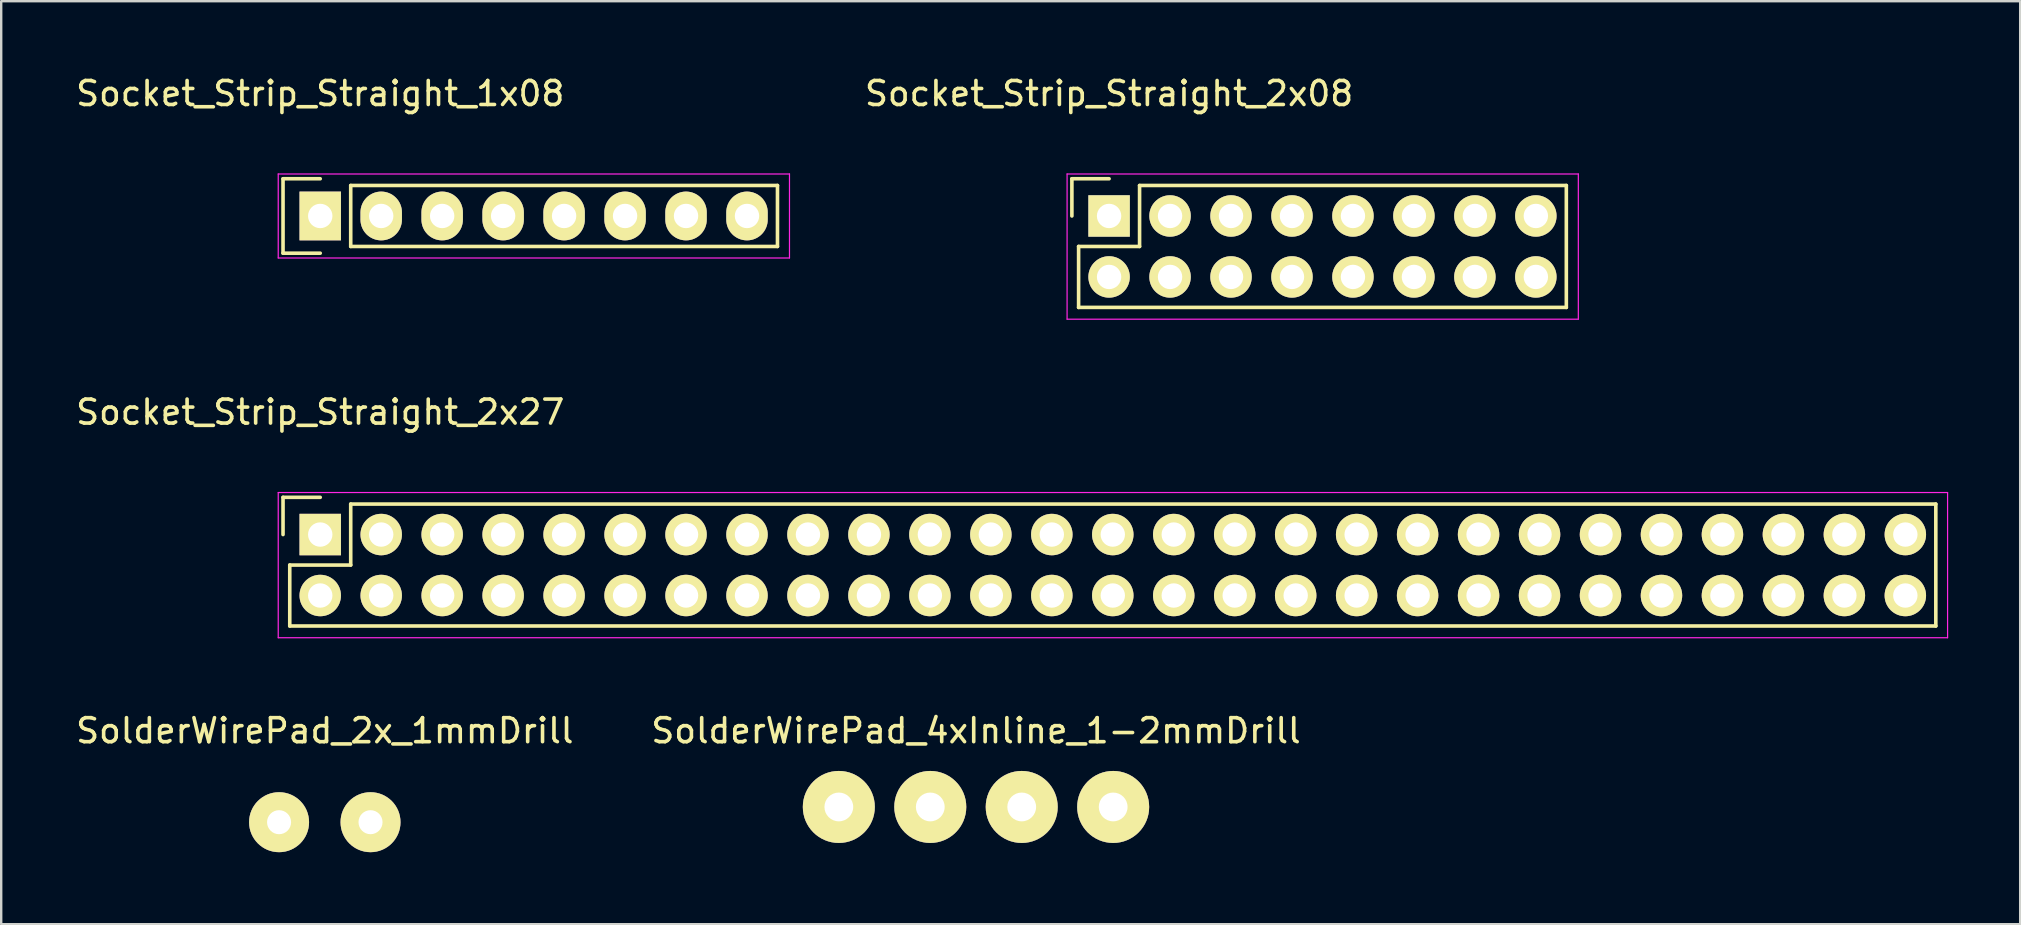
<source format=kicad_pcb>
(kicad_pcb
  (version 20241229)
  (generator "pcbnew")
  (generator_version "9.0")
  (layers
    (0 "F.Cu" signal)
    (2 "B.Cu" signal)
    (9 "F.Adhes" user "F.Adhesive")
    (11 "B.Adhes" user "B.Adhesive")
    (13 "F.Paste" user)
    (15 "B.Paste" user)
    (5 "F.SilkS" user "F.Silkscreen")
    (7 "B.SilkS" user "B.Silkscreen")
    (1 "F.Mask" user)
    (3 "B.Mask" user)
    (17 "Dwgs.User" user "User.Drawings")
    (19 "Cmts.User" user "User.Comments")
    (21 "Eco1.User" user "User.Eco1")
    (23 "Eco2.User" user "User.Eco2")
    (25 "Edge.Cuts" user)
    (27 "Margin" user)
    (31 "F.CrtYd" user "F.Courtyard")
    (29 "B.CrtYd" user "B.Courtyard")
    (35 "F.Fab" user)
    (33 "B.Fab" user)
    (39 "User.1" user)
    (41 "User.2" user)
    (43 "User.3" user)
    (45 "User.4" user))
  (footprint "SolderWirePad_2x_1mmDrill"
    (layer "F.Cu")
    (at 10.482 31.205)
    (property "Reference" "SolderWirePad_2x_1mmDrill" (at 0 -3.81 0) (layer "F.SilkS") (effects (font (size 1 1) (thickness 0.15))))
    (attr through_hole)
    (pad "1" thru_hole circle (at -1.905 0) (size 2.499 2.499) (drill 1.001) (layers "*.Cu" "*.Mask" "F.SilkS"))
    (pad "1" thru_hole circle (at 1.905 0) (size 2.499 2.499) (drill 1.001) (layers "*.Cu" "*.Mask" "F.SilkS")))
  (footprint "Socket_Strip_Straight_2x08"
    (layer "F.Cu")
    (at 43.158 5.948)
    (property "Reference" "Socket_Strip_Straight_2x08" (at 0 -5.1 0) (layer "F.SilkS") (effects (font (size 1 1) (thickness 0.15))))
    (attr through_hole)
    (fp_line (start -1.55 -1.55) (end -1.55 0) (stroke (width 0.15) (type solid)) (layer "F.SilkS"))
    (fp_line (start -1.27 1.27) (end 1.27 1.27) (stroke (width 0.15) (type solid)) (layer "F.SilkS"))
    (fp_line (start -1.27 3.81) (end -1.27 1.27) (stroke (width 0.15) (type solid)) (layer "F.SilkS"))
    (fp_line (start 0 -1.55) (end -1.55 -1.55) (stroke (width 0.15) (type solid)) (layer "F.SilkS"))
    (fp_line (start 1.27 -1.27) (end 19.05 -1.27) (stroke (width 0.15) (type solid)) (layer "F.SilkS"))
    (fp_line (start 1.27 1.27) (end 1.27 -1.27) (stroke (width 0.15) (type solid)) (layer "F.SilkS"))
    (fp_line (start 19.05 3.81) (end -1.27 3.81) (stroke (width 0.15) (type solid)) (layer "F.SilkS"))
    (fp_line (start 19.05 3.81) (end 19.05 -1.27) (stroke (width 0.15) (type solid)) (layer "F.SilkS"))
    (fp_line (start -1.75 -1.75) (end -1.75 4.3) (stroke (width 0.05) (type solid)) (layer "F.CrtYd"))
    (fp_line (start -1.75 -1.75) (end 19.55 -1.75) (stroke (width 0.05) (type solid)) (layer "F.CrtYd"))
    (fp_line (start -1.75 4.3) (end 19.55 4.3) (stroke (width 0.05) (type solid)) (layer "F.CrtYd"))
    (fp_line (start 19.55 -1.75) (end 19.55 4.3) (stroke (width 0.05) (type solid)) (layer "F.CrtYd"))
    (pad "1" thru_hole rect (at 0 0) (size 1.727 1.727) (drill 1.016) (layers "*.Cu" "*.Mask" "F.SilkS"))
    (pad "2" thru_hole oval (at 0 2.54) (size 1.727 1.727) (drill 1.016) (layers "*.Cu" "*.Mask" "F.SilkS"))
    (pad "3" thru_hole oval (at 2.54 0) (size 1.727 1.727) (drill 1.016) (layers "*.Cu" "*.Mask" "F.SilkS"))
    (pad "4" thru_hole oval (at 2.54 2.54) (size 1.727 1.727) (drill 1.016) (layers "*.Cu" "*.Mask" "F.SilkS"))
    (pad "5" thru_hole oval (at 5.08 0) (size 1.727 1.727) (drill 1.016) (layers "*.Cu" "*.Mask" "F.SilkS"))
    (pad "6" thru_hole oval (at 5.08 2.54) (size 1.727 1.727) (drill 1.016) (layers "*.Cu" "*.Mask" "F.SilkS"))
    (pad "7" thru_hole oval (at 7.62 0) (size 1.727 1.727) (drill 1.016) (layers "*.Cu" "*.Mask" "F.SilkS"))
    (pad "8" thru_hole oval (at 7.62 2.54) (size 1.727 1.727) (drill 1.016) (layers "*.Cu" "*.Mask" "F.SilkS"))
    (pad "9" thru_hole oval (at 10.16 0) (size 1.727 1.727) (drill 1.016) (layers "*.Cu" "*.Mask" "F.SilkS"))
    (pad "10" thru_hole oval (at 10.16 2.54) (size 1.727 1.727) (drill 1.016) (layers "*.Cu" "*.Mask" "F.SilkS"))
    (pad "11" thru_hole oval (at 12.7 0) (size 1.727 1.727) (drill 1.016) (layers "*.Cu" "*.Mask" "F.SilkS"))
    (pad "12" thru_hole oval (at 12.7 2.54) (size 1.727 1.727) (drill 1.016) (layers "*.Cu" "*.Mask" "F.SilkS"))
    (pad "13" thru_hole oval (at 15.24 0) (size 1.727 1.727) (drill 1.016) (layers "*.Cu" "*.Mask" "F.SilkS"))
    (pad "14" thru_hole oval (at 15.24 2.54) (size 1.727 1.727) (drill 1.016) (layers "*.Cu" "*.Mask" "F.SilkS"))
    (pad "15" thru_hole oval (at 17.78 0) (size 1.727 1.727) (drill 1.016) (layers "*.Cu" "*.Mask" "F.SilkS"))
    (pad "16" thru_hole oval (at 17.78 2.54) (size 1.727 1.727) (drill 1.016) (layers "*.Cu" "*.Mask" "F.SilkS")))
  (footprint "Socket_Strip_Straight_1x08"
    (layer "F.Cu")
    (at 10.292 5.948)
    (property "Reference" "Socket_Strip_Straight_1x08" (at 0 -5.1 0) (layer "F.SilkS") (effects (font (size 1 1) (thickness 0.15))))
    (attr through_hole)
    (fp_line (start -1.55 -1.55) (end -1.55 1.55) (stroke (width 0.15) (type solid)) (layer "F.SilkS"))
    (fp_line (start -1.55 1.55) (end 0 1.55) (stroke (width 0.15) (type solid)) (layer "F.SilkS"))
    (fp_line (start 0 -1.55) (end -1.55 -1.55) (stroke (width 0.15) (type solid)) (layer "F.SilkS"))
    (fp_line (start 1.27 1.27) (end 1.27 -1.27) (stroke (width 0.15) (type solid)) (layer "F.SilkS"))
    (fp_line (start 1.27 1.27) (end 19.05 1.27) (stroke (width 0.15) (type solid)) (layer "F.SilkS"))
    (fp_line (start 19.05 -1.27) (end 1.27 -1.27) (stroke (width 0.15) (type solid)) (layer "F.SilkS"))
    (fp_line (start 19.05 1.27) (end 19.05 -1.27) (stroke (width 0.15) (type solid)) (layer "F.SilkS"))
    (fp_line (start -1.75 -1.75) (end -1.75 1.75) (stroke (width 0.05) (type solid)) (layer "F.CrtYd"))
    (fp_line (start -1.75 -1.75) (end 19.55 -1.75) (stroke (width 0.05) (type solid)) (layer "F.CrtYd"))
    (fp_line (start -1.75 1.75) (end 19.55 1.75) (stroke (width 0.05) (type solid)) (layer "F.CrtYd"))
    (fp_line (start 19.55 -1.75) (end 19.55 1.75) (stroke (width 0.05) (type solid)) (layer "F.CrtYd"))
    (pad "1" thru_hole rect (at 0 0) (size 1.727 2.032) (drill 1.016) (layers "*.Cu" "*.Mask" "F.SilkS"))
    (pad "2" thru_hole oval (at 2.54 0) (size 1.727 2.032) (drill 1.016) (layers "*.Cu" "*.Mask" "F.SilkS"))
    (pad "3" thru_hole oval (at 5.08 0) (size 1.727 2.032) (drill 1.016) (layers "*.Cu" "*.Mask" "F.SilkS"))
    (pad "4" thru_hole oval (at 7.62 0) (size 1.727 2.032) (drill 1.016) (layers "*.Cu" "*.Mask" "F.SilkS"))
    (pad "5" thru_hole oval (at 10.16 0) (size 1.727 2.032) (drill 1.016) (layers "*.Cu" "*.Mask" "F.SilkS"))
    (pad "6" thru_hole oval (at 12.7 0) (size 1.727 2.032) (drill 1.016) (layers "*.Cu" "*.Mask" "F.SilkS"))
    (pad "7" thru_hole oval (at 15.24 0) (size 1.727 2.032) (drill 1.016) (layers "*.Cu" "*.Mask" "F.SilkS"))
    (pad "8" thru_hole oval (at 17.78 0) (size 1.727 2.032) (drill 1.016) (layers "*.Cu" "*.Mask" "F.SilkS")))
  (footprint "SolderWirePad_4xInline_1-2mmDrill"
    (layer "F.Cu")
    (at 37.613 30.57)
    (property "Reference" "SolderWirePad_4xInline_1-2mmDrill" (at 0 -3.175 0) (layer "F.SilkS") (effects (font (size 1 1) (thickness 0.15))))
    (attr through_hole)
    (pad "1" thru_hole circle (at -5.715 0) (size 3 3) (drill 1.199) (layers "*.Cu" "*.Mask" "F.SilkS"))
    (pad "1" thru_hole circle (at -1.905 0) (size 3 3) (drill 1.199) (layers "*.Cu" "*.Mask" "F.SilkS"))
    (pad "1" thru_hole circle (at 1.905 0) (size 3 3) (drill 1.199) (layers "*.Cu" "*.Mask" "F.SilkS"))
    (pad "1" thru_hole circle (at 5.715 0) (size 3 3) (drill 1.199) (layers "*.Cu" "*.Mask" "F.SilkS")))
  (footprint "Socket_Strip_Straight_2x27"
    (layer "F.Cu")
    (at 10.292 19.221)
    (property "Reference" "Socket_Strip_Straight_2x27" (at 0 -5.1 0) (layer "F.SilkS") (effects (font (size 1 1) (thickness 0.15))))
    (attr through_hole)
    (fp_line (start -1.55 -1.55) (end -1.55 0) (stroke (width 0.15) (type solid)) (layer "F.SilkS"))
    (fp_line (start -1.27 1.27) (end 1.27 1.27) (stroke (width 0.15) (type solid)) (layer "F.SilkS"))
    (fp_line (start -1.27 3.81) (end -1.27 1.27) (stroke (width 0.15) (type solid)) (layer "F.SilkS"))
    (fp_line (start 0 -1.55) (end -1.55 -1.55) (stroke (width 0.15) (type solid)) (layer "F.SilkS"))
    (fp_line (start 1.27 -1.27) (end 67.31 -1.27) (stroke (width 0.15) (type solid)) (layer "F.SilkS"))
    (fp_line (start 1.27 1.27) (end 1.27 -1.27) (stroke (width 0.15) (type solid)) (layer "F.SilkS"))
    (fp_line (start 67.31 3.81) (end -1.27 3.81) (stroke (width 0.15) (type solid)) (layer "F.SilkS"))
    (fp_line (start 67.31 3.81) (end 67.31 -1.27) (stroke (width 0.15) (type solid)) (layer "F.SilkS"))
    (fp_line (start -1.75 -1.75) (end -1.75 4.3) (stroke (width 0.05) (type solid)) (layer "F.CrtYd"))
    (fp_line (start -1.75 -1.75) (end 67.8 -1.75) (stroke (width 0.05) (type solid)) (layer "F.CrtYd"))
    (fp_line (start -1.75 4.3) (end 67.8 4.3) (stroke (width 0.05) (type solid)) (layer "F.CrtYd"))
    (fp_line (start 67.8 -1.75) (end 67.8 4.3) (stroke (width 0.05) (type solid)) (layer "F.CrtYd"))
    (pad "1" thru_hole rect (at 0 0) (size 1.727 1.727) (drill 1.016) (layers "*.Cu" "*.Mask" "F.SilkS"))
    (pad "2" thru_hole oval (at 0 2.54) (size 1.727 1.727) (drill 1.016) (layers "*.Cu" "*.Mask" "F.SilkS"))
    (pad "3" thru_hole oval (at 2.54 0) (size 1.727 1.727) (drill 1.016) (layers "*.Cu" "*.Mask" "F.SilkS"))
    (pad "4" thru_hole oval (at 2.54 2.54) (size 1.727 1.727) (drill 1.016) (layers "*.Cu" "*.Mask" "F.SilkS"))
    (pad "5" thru_hole oval (at 5.08 0) (size 1.727 1.727) (drill 1.016) (layers "*.Cu" "*.Mask" "F.SilkS"))
    (pad "6" thru_hole oval (at 5.08 2.54) (size 1.727 1.727) (drill 1.016) (layers "*.Cu" "*.Mask" "F.SilkS"))
    (pad "7" thru_hole oval (at 7.62 0) (size 1.727 1.727) (drill 1.016) (layers "*.Cu" "*.Mask" "F.SilkS"))
    (pad "8" thru_hole oval (at 7.62 2.54) (size 1.727 1.727) (drill 1.016) (layers "*.Cu" "*.Mask" "F.SilkS"))
    (pad "9" thru_hole oval (at 10.16 0) (size 1.727 1.727) (drill 1.016) (layers "*.Cu" "*.Mask" "F.SilkS"))
    (pad "10" thru_hole oval (at 10.16 2.54) (size 1.727 1.727) (drill 1.016) (layers "*.Cu" "*.Mask" "F.SilkS"))
    (pad "11" thru_hole oval (at 12.7 0) (size 1.727 1.727) (drill 1.016) (layers "*.Cu" "*.Mask" "F.SilkS"))
    (pad "12" thru_hole oval (at 12.7 2.54) (size 1.727 1.727) (drill 1.016) (layers "*.Cu" "*.Mask" "F.SilkS"))
    (pad "13" thru_hole oval (at 15.24 0) (size 1.727 1.727) (drill 1.016) (layers "*.Cu" "*.Mask" "F.SilkS"))
    (pad "14" thru_hole oval (at 15.24 2.54) (size 1.727 1.727) (drill 1.016) (layers "*.Cu" "*.Mask" "F.SilkS"))
    (pad "15" thru_hole oval (at 17.78 0) (size 1.727 1.727) (drill 1.016) (layers "*.Cu" "*.Mask" "F.SilkS"))
    (pad "16" thru_hole oval (at 17.78 2.54) (size 1.727 1.727) (drill 1.016) (layers "*.Cu" "*.Mask" "F.SilkS"))
    (pad "17" thru_hole oval (at 20.32 0) (size 1.727 1.727) (drill 1.016) (layers "*.Cu" "*.Mask" "F.SilkS"))
    (pad "18" thru_hole oval (at 20.32 2.54) (size 1.727 1.727) (drill 1.016) (layers "*.Cu" "*.Mask" "F.SilkS"))
    (pad "19" thru_hole oval (at 22.86 0) (size 1.727 1.727) (drill 1.016) (layers "*.Cu" "*.Mask" "F.SilkS"))
    (pad "20" thru_hole oval (at 22.86 2.54) (size 1.727 1.727) (drill 1.016) (layers "*.Cu" "*.Mask" "F.SilkS"))
    (pad "21" thru_hole oval (at 25.4 0) (size 1.727 1.727) (drill 1.016) (layers "*.Cu" "*.Mask" "F.SilkS"))
    (pad "22" thru_hole oval (at 25.4 2.54) (size 1.727 1.727) (drill 1.016) (layers "*.Cu" "*.Mask" "F.SilkS"))
    (pad "23" thru_hole oval (at 27.94 0) (size 1.727 1.727) (drill 1.016) (layers "*.Cu" "*.Mask" "F.SilkS"))
    (pad "24" thru_hole oval (at 27.94 2.54) (size 1.727 1.727) (drill 1.016) (layers "*.Cu" "*.Mask" "F.SilkS"))
    (pad "25" thru_hole oval (at 30.48 0) (size 1.727 1.727) (drill 1.016) (layers "*.Cu" "*.Mask" "F.SilkS"))
    (pad "26" thru_hole oval (at 30.48 2.54) (size 1.727 1.727) (drill 1.016) (layers "*.Cu" "*.Mask" "F.SilkS"))
    (pad "27" thru_hole oval (at 33.02 0) (size 1.727 1.727) (drill 1.016) (layers "*.Cu" "*.Mask" "F.SilkS"))
    (pad "28" thru_hole oval (at 33.02 2.54) (size 1.727 1.727) (drill 1.016) (layers "*.Cu" "*.Mask" "F.SilkS"))
    (pad "29" thru_hole oval (at 35.56 0) (size 1.727 1.727) (drill 1.016) (layers "*.Cu" "*.Mask" "F.SilkS"))
    (pad "30" thru_hole oval (at 35.56 2.54) (size 1.727 1.727) (drill 1.016) (layers "*.Cu" "*.Mask" "F.SilkS"))
    (pad "31" thru_hole oval (at 38.1 0) (size 1.727 1.727) (drill 1.016) (layers "*.Cu" "*.Mask" "F.SilkS"))
    (pad "32" thru_hole oval (at 38.1 2.54) (size 1.727 1.727) (drill 1.016) (layers "*.Cu" "*.Mask" "F.SilkS"))
    (pad "33" thru_hole oval (at 40.64 0) (size 1.727 1.727) (drill 1.016) (layers "*.Cu" "*.Mask" "F.SilkS"))
    (pad "34" thru_hole oval (at 40.64 2.54) (size 1.727 1.727) (drill 1.016) (layers "*.Cu" "*.Mask" "F.SilkS"))
    (pad "35" thru_hole oval (at 43.18 0) (size 1.727 1.727) (drill 1.016) (layers "*.Cu" "*.Mask" "F.SilkS"))
    (pad "36" thru_hole oval (at 43.18 2.54) (size 1.727 1.727) (drill 1.016) (layers "*.Cu" "*.Mask" "F.SilkS"))
    (pad "37" thru_hole oval (at 45.72 0) (size 1.727 1.727) (drill 1.016) (layers "*.Cu" "*.Mask" "F.SilkS"))
    (pad "38" thru_hole oval (at 45.72 2.54) (size 1.727 1.727) (drill 1.016) (layers "*.Cu" "*.Mask" "F.SilkS"))
    (pad "39" thru_hole oval (at 48.26 0) (size 1.727 1.727) (drill 1.016) (layers "*.Cu" "*.Mask" "F.SilkS"))
    (pad "40" thru_hole oval (at 48.26 2.54) (size 1.727 1.727) (drill 1.016) (layers "*.Cu" "*.Mask" "F.SilkS"))
    (pad "41" thru_hole oval (at 50.8 0) (size 1.727 1.727) (drill 1.016) (layers "*.Cu" "*.Mask" "F.SilkS"))
    (pad "42" thru_hole oval (at 50.8 2.54) (size 1.727 1.727) (drill 1.016) (layers "*.Cu" "*.Mask" "F.SilkS"))
    (pad "43" thru_hole oval (at 53.34 0) (size 1.727 1.727) (drill 1.016) (layers "*.Cu" "*.Mask" "F.SilkS"))
    (pad "44" thru_hole oval (at 53.34 2.54) (size 1.727 1.727) (drill 1.016) (layers "*.Cu" "*.Mask" "F.SilkS"))
    (pad "45" thru_hole oval (at 55.88 0) (size 1.727 1.727) (drill 1.016) (layers "*.Cu" "*.Mask" "F.SilkS"))
    (pad "46" thru_hole oval (at 55.88 2.54) (size 1.727 1.727) (drill 1.016) (layers "*.Cu" "*.Mask" "F.SilkS"))
    (pad "47" thru_hole oval (at 58.42 0) (size 1.727 1.727) (drill 1.016) (layers "*.Cu" "*.Mask" "F.SilkS"))
    (pad "48" thru_hole oval (at 58.42 2.54) (size 1.727 1.727) (drill 1.016) (layers "*.Cu" "*.Mask" "F.SilkS"))
    (pad "49" thru_hole oval (at 60.96 0) (size 1.727 1.727) (drill 1.016) (layers "*.Cu" "*.Mask" "F.SilkS"))
    (pad "50" thru_hole oval (at 60.96 2.54) (size 1.727 1.727) (drill 1.016) (layers "*.Cu" "*.Mask" "F.SilkS"))
    (pad "51" thru_hole oval (at 63.5 0) (size 1.727 1.727) (drill 1.016) (layers "*.Cu" "*.Mask" "F.SilkS"))
    (pad "52" thru_hole oval (at 63.5 2.54) (size 1.727 1.727) (drill 1.016) (layers "*.Cu" "*.Mask" "F.SilkS"))
    (pad "53" thru_hole oval (at 66.04 0) (size 1.727 1.727) (drill 1.016) (layers "*.Cu" "*.Mask" "F.SilkS"))
    (pad "54" thru_hole oval (at 66.04 2.54) (size 1.727 1.727) (drill 1.016) (layers "*.Cu" "*.Mask" "F.SilkS")))
  (gr_rect
    (start -3 -3)
    (end 81.117 35.454)
    (stroke (width 0.1) (type default))
    (fill no)
    (layer "Edge.Cuts")))
</source>
